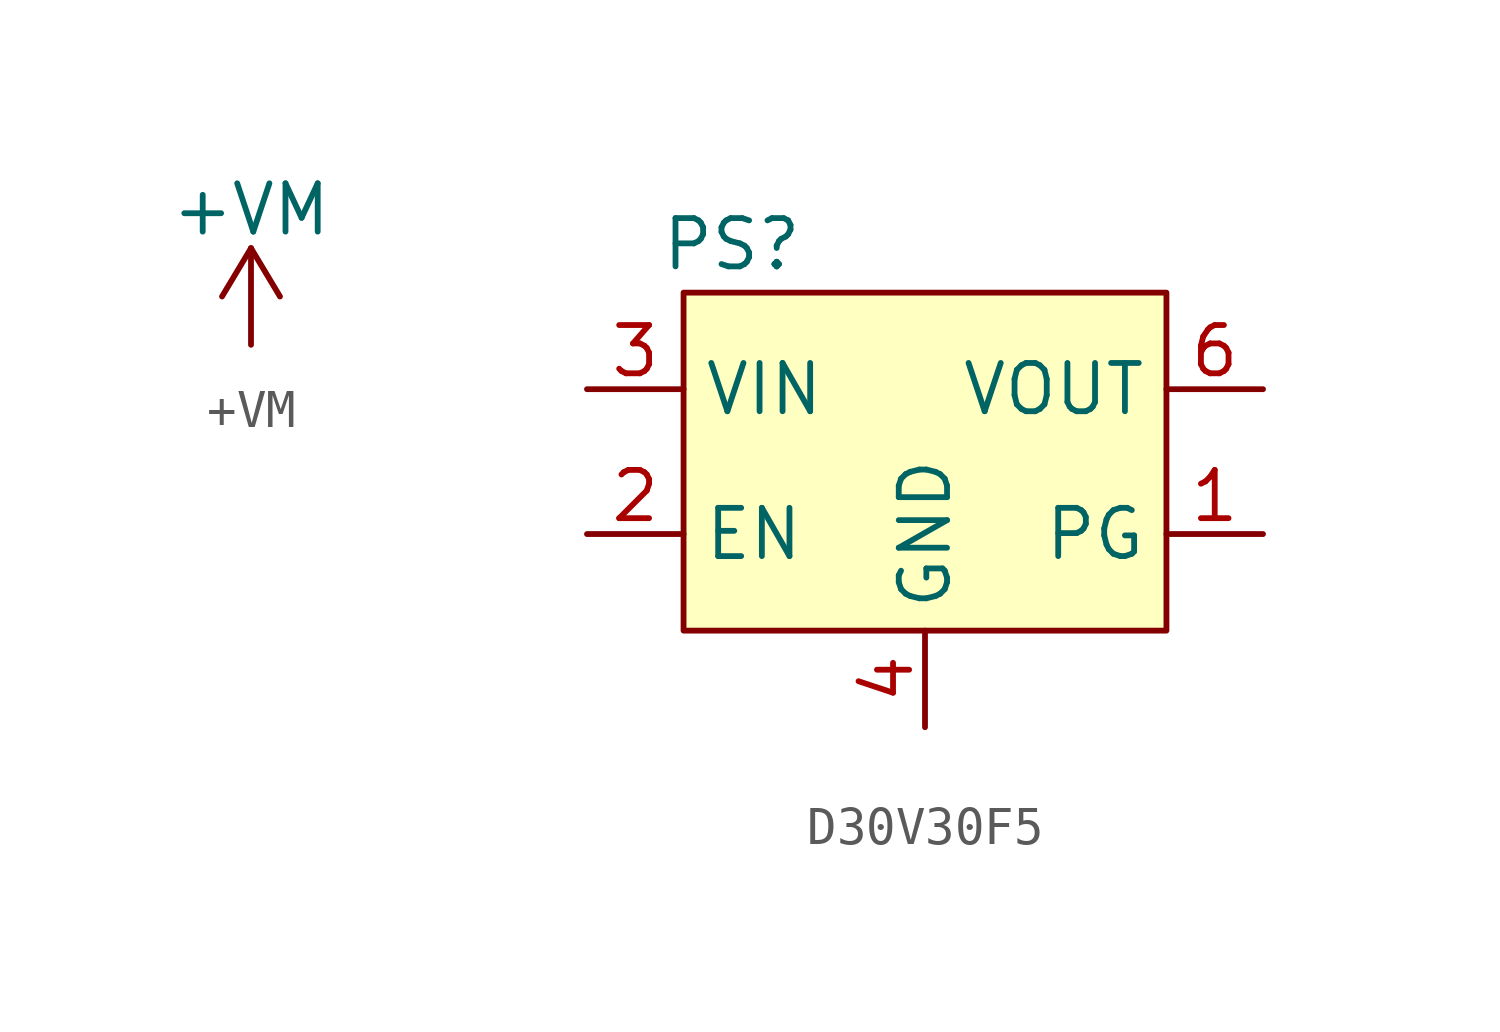
<source format=kicad_sym>
(kicad_symbol_lib
  (version 20220914)
  (generator kicad_symbol_editor)
  (symbol "+VM"
    (power)
    (property "Reference" "#PWR"
      (at 0 -3.81 0)
      (effects (font (size 1.27 1.27)) hide))
    (property "Value" "+VM"
      (at 0 3.556 0)
      (effects (font (size 1.27 1.27))))
    (symbol "+VM_0_1"
      (polyline (pts (xy 0 2.54) (xy -0.762 1.27)) (stroke (width 0) (type default)) (fill (type none)))
      (polyline (pts (xy 0 2.54) (xy 0 0)) (stroke (width 0) (type default)) (fill (type none)))
      (polyline (pts (xy 0 2.54) (xy 0.762 1.27)) (stroke (width 0) (type default)) (fill (type none))))
    (symbol "+VM_1_1"
      (pin power_in line (at 0 0 90) (length 0) hide (name "+VM" (effects (font (size 1.27 1.27)))) (number "1" (effects (font (size 1.27 1.27)))))))
  (symbol "D30V30F5"
    (property "Reference" "PS"
      (at -5.08 5.08 0)
      (effects (font (size 1.27 1.27))))
    (property "Value" ""
      (at 0 0 0)
      (effects (font (size 1.27 1.27))))
    (symbol "D30V30F5_0_1"
      (rectangle (start -6.35 3.81) (end 6.35 -5.08) (stroke (width 0) (type default)) (fill (type background))))
    (symbol "D30V30F5_1_1"
      (pin output line (at 8.89 -2.54 180) (length 2.54) (name "PG" (effects (font (size 1.27 1.27)))) (number "1" (effects (font (size 1.27 1.27)))))
      (pin input line (at -8.89 -2.54 0) (length 2.54) (name "EN" (effects (font (size 1.27 1.27)))) (number "2" (effects (font (size 1.27 1.27)))))
      (pin power_in line (at -8.89 1.27 0) (length 2.54) (name "VIN" (effects (font (size 1.27 1.27)))) (number "3" (effects (font (size 1.27 1.27)))))
      (pin passive line (at 0 -7.62 90) (length 2.54) (name "GND" (effects (font (size 1.27 1.27)))) (number "4" (effects (font (size 1.27 1.27)))))
      (pin power_out line (at 8.89 1.27 180) (length 2.54) (name "VOUT" (effects (font (size 1.27 1.27)))) (number "6" (effects (font (size 1.27 1.27))))))))
</source>
